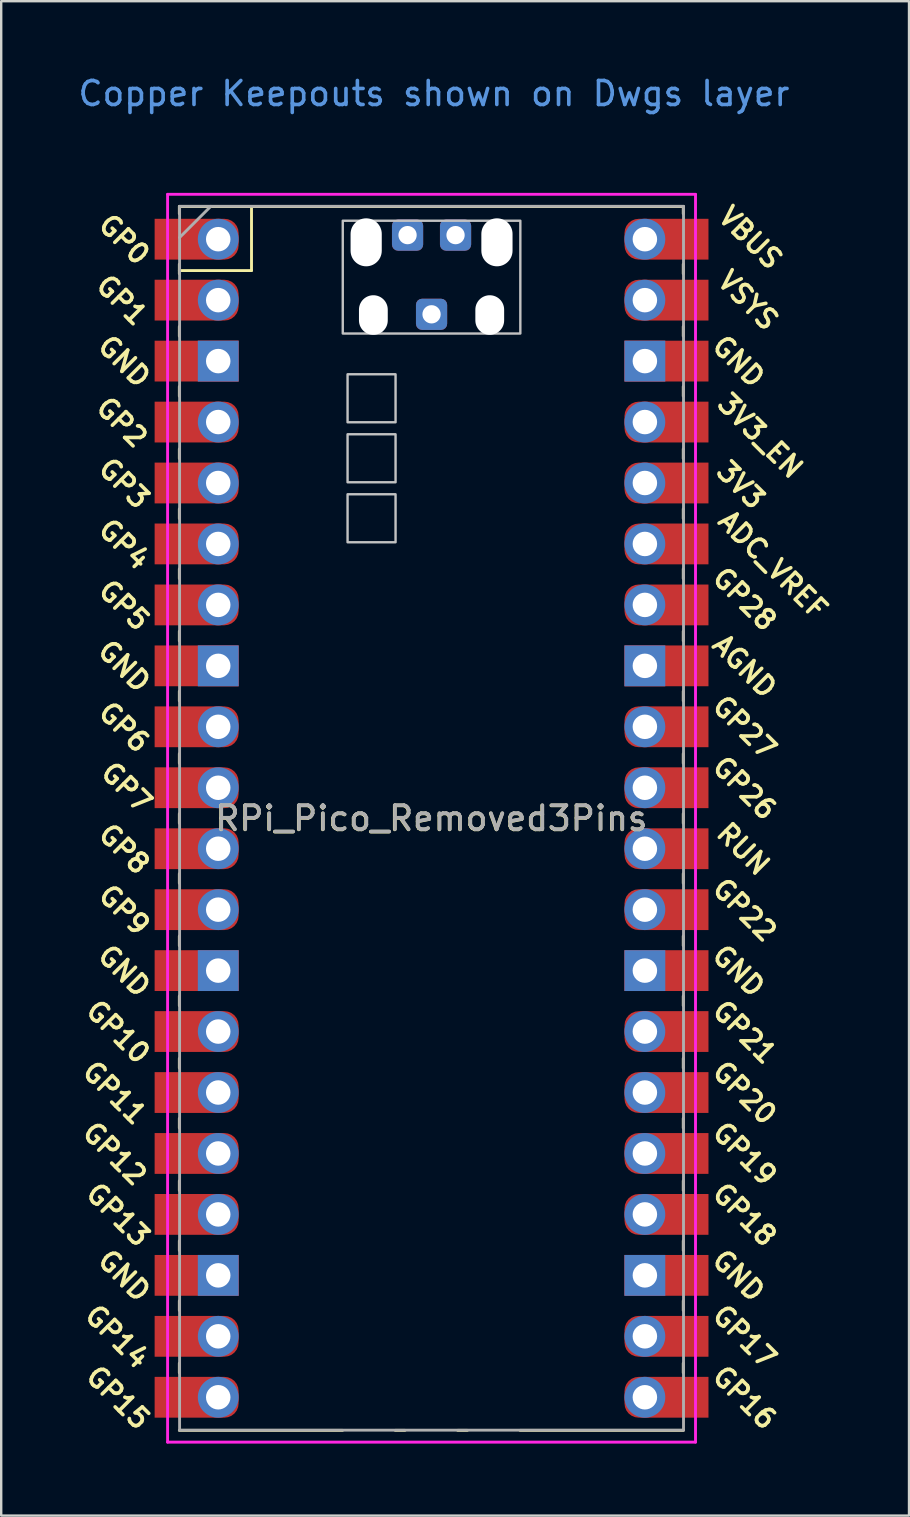
<source format=kicad_pcb>
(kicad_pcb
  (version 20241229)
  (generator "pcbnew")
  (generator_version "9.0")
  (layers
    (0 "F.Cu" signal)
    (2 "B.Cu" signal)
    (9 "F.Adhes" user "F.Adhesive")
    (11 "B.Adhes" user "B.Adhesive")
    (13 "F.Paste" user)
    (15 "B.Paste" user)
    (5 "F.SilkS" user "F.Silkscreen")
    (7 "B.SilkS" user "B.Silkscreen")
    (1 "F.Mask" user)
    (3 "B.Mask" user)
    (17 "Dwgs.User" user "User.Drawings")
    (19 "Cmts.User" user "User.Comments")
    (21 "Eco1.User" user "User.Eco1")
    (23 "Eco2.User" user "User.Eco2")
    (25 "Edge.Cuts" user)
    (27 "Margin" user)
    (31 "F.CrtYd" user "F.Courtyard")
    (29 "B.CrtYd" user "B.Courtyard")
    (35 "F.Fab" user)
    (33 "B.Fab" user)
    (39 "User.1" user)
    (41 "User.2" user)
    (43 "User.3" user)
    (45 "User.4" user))
  (footprint "RPi_Pico_Removed3Pins"
    (layer "F.Cu")
    (at 4.434 56.548)
    (property "Reference" "RPi_Pico_Removed3Pins" (at 10.49 -25.49 180) (layer "F.SilkS") (effects (font (size 1 1) (thickness 0.15))))
    (attr through_hole)
    (fp_line (start -0.01 -50.99) (end -0.01 -50.69) (stroke (width 0.12) (type solid)) (layer "F.SilkS"))
    (fp_line (start -0.01 -50.99) (end 20.99 -50.99) (stroke (width 0.12) (type solid)) (layer "F.SilkS"))
    (fp_line (start -0.01 -48.59) (end -0.01 -48.19) (stroke (width 0.12) (type solid)) (layer "F.SilkS"))
    (fp_line (start -0.01 -48.323) (end 2.997 -48.323) (stroke (width 0.12) (type solid)) (layer "F.SilkS"))
    (fp_line (start -0.01 -45.99) (end -0.01 -45.59) (stroke (width 0.12) (type solid)) (layer "F.SilkS"))
    (fp_line (start -0.01 -43.49) (end -0.01 -43.09) (stroke (width 0.12) (type solid)) (layer "F.SilkS"))
    (fp_line (start -0.01 -40.89) (end -0.01 -40.49) (stroke (width 0.12) (type solid)) (layer "F.SilkS"))
    (fp_line (start -0.01 -38.39) (end -0.01 -37.99) (stroke (width 0.12) (type solid)) (layer "F.SilkS"))
    (fp_line (start -0.01 -35.89) (end -0.01 -35.49) (stroke (width 0.12) (type solid)) (layer "F.SilkS"))
    (fp_line (start -0.01 -33.29) (end -0.01 -32.89) (stroke (width 0.12) (type solid)) (layer "F.SilkS"))
    (fp_line (start -0.01 -30.79) (end -0.01 -30.39) (stroke (width 0.12) (type solid)) (layer "F.SilkS"))
    (fp_line (start -0.01 -28.19) (end -0.01 -27.79) (stroke (width 0.12) (type solid)) (layer "F.SilkS"))
    (fp_line (start -0.01 -25.69) (end -0.01 -25.29) (stroke (width 0.12) (type solid)) (layer "F.SilkS"))
    (fp_line (start -0.01 -23.19) (end -0.01 -22.79) (stroke (width 0.12) (type solid)) (layer "F.SilkS"))
    (fp_line (start -0.01 -20.59) (end -0.01 -20.19) (stroke (width 0.12) (type solid)) (layer "F.SilkS"))
    (fp_line (start -0.01 -18.09) (end -0.01 -17.69) (stroke (width 0.12) (type solid)) (layer "F.SilkS"))
    (fp_line (start -0.01 -15.49) (end -0.01 -15.09) (stroke (width 0.12) (type solid)) (layer "F.SilkS"))
    (fp_line (start -0.01 -12.99) (end -0.01 -12.59) (stroke (width 0.12) (type solid)) (layer "F.SilkS"))
    (fp_line (start -0.01 -10.39) (end -0.01 -9.99) (stroke (width 0.12) (type solid)) (layer "F.SilkS"))
    (fp_line (start -0.01 -7.89) (end -0.01 -7.49) (stroke (width 0.12) (type solid)) (layer "F.SilkS"))
    (fp_line (start -0.01 -5.39) (end -0.01 -4.99) (stroke (width 0.12) (type solid)) (layer "F.SilkS"))
    (fp_line (start -0.01 -2.79) (end -0.01 -2.39) (stroke (width 0.12) (type solid)) (layer "F.SilkS"))
    (fp_line (start 2.997 -48.323) (end 2.997 -50.99) (stroke (width 0.12) (type solid)) (layer "F.SilkS"))
    (fp_line (start 6.79 0.01) (end -0.01 0.01) (stroke (width 0.12) (type solid)) (layer "F.SilkS"))
    (fp_line (start 8.99 0.01) (end 9.39 0.01) (stroke (width 0.12) (type solid)) (layer "F.SilkS"))
    (fp_line (start 11.59 0.01) (end 11.99 0.01) (stroke (width 0.12) (type solid)) (layer "F.SilkS"))
    (fp_line (start 20.99 -50.99) (end 20.99 -50.69) (stroke (width 0.12) (type solid)) (layer "F.SilkS"))
    (fp_line (start 20.99 -48.59) (end 20.99 -48.19) (stroke (width 0.12) (type solid)) (layer "F.SilkS"))
    (fp_line (start 20.99 -45.99) (end 20.99 -45.59) (stroke (width 0.12) (type solid)) (layer "F.SilkS"))
    (fp_line (start 20.99 -43.49) (end 20.99 -43.09) (stroke (width 0.12) (type solid)) (layer "F.SilkS"))
    (fp_line (start 20.99 -40.89) (end 20.99 -40.49) (stroke (width 0.12) (type solid)) (layer "F.SilkS"))
    (fp_line (start 20.99 -38.39) (end 20.99 -37.99) (stroke (width 0.12) (type solid)) (layer "F.SilkS"))
    (fp_line (start 20.99 -35.89) (end 20.99 -35.49) (stroke (width 0.12) (type solid)) (layer "F.SilkS"))
    (fp_line (start 20.99 -33.29) (end 20.99 -32.89) (stroke (width 0.12) (type solid)) (layer "F.SilkS"))
    (fp_line (start 20.99 -30.79) (end 20.99 -30.39) (stroke (width 0.12) (type solid)) (layer "F.SilkS"))
    (fp_line (start 20.99 -28.19) (end 20.99 -27.79) (stroke (width 0.12) (type solid)) (layer "F.SilkS"))
    (fp_line (start 20.99 -25.69) (end 20.99 -25.29) (stroke (width 0.12) (type solid)) (layer "F.SilkS"))
    (fp_line (start 20.99 -23.19) (end 20.99 -22.79) (stroke (width 0.12) (type solid)) (layer "F.SilkS"))
    (fp_line (start 20.99 -20.59) (end 20.99 -20.19) (stroke (width 0.12) (type solid)) (layer "F.SilkS"))
    (fp_line (start 20.99 -18.09) (end 20.99 -17.69) (stroke (width 0.12) (type solid)) (layer "F.SilkS"))
    (fp_line (start 20.99 -15.49) (end 20.99 -15.09) (stroke (width 0.12) (type solid)) (layer "F.SilkS"))
    (fp_line (start 20.99 -12.99) (end 20.99 -12.59) (stroke (width 0.12) (type solid)) (layer "F.SilkS"))
    (fp_line (start 20.99 -10.39) (end 20.99 -9.99) (stroke (width 0.12) (type solid)) (layer "F.SilkS"))
    (fp_line (start 20.99 -7.89) (end 20.99 -7.49) (stroke (width 0.12) (type solid)) (layer "F.SilkS"))
    (fp_line (start 20.99 -5.39) (end 20.99 -4.99) (stroke (width 0.12) (type solid)) (layer "F.SilkS"))
    (fp_line (start 20.99 -2.79) (end 20.99 -2.39) (stroke (width 0.12) (type solid)) (layer "F.SilkS"))
    (fp_line (start 20.99 0.01) (end 14.19 0.01) (stroke (width 0.12) (type solid)) (layer "F.SilkS"))
    (fp_poly (pts (xy 9 -42) (xy 7 -42) (xy 7 -44) (xy 9 -44)) (stroke (width 0.1) (type solid)) (fill no) (layer "Dwgs.User"))
    (fp_poly (pts (xy 9 -39.5) (xy 7 -39.5) (xy 7 -41.5) (xy 9 -41.5)) (stroke (width 0.1) (type solid)) (fill no) (layer "Dwgs.User"))
    (fp_poly (pts (xy 9 -37) (xy 7 -37) (xy 7 -39) (xy 9 -39)) (stroke (width 0.1) (type solid)) (fill no) (layer "Dwgs.User"))
    (fp_poly (pts (xy 14.2 -45.7) (xy 6.8 -45.7) (xy 6.8 -50.4) (xy 14.2 -50.4)) (stroke (width 0.1) (type solid)) (fill no) (layer "Dwgs.User"))
    (fp_line (start -0.5 -51.5) (end 21.5 -51.5) (stroke (width 0.12) (type solid)) (layer "F.CrtYd"))
    (fp_line (start -0.5 0.5) (end -0.5 -51.5) (stroke (width 0.12) (type solid)) (layer "F.CrtYd"))
    (fp_line (start 21.5 -51.5) (end 21.5 0.5) (stroke (width 0.12) (type solid)) (layer "F.CrtYd"))
    (fp_line (start 21.5 0.5) (end -0.5 0.5) (stroke (width 0.12) (type solid)) (layer "F.CrtYd"))
    (fp_line (start 0 -51) (end 21 -51) (stroke (width 0.12) (type solid)) (layer "F.Fab"))
    (fp_line (start 0 -49.7) (end 1.3 -51) (stroke (width 0.12) (type solid)) (layer "F.Fab"))
    (fp_line (start 0 0) (end 0 -51) (stroke (width 0.12) (type solid)) (layer "F.Fab"))
    (fp_line (start 21 -51) (end 21 0) (stroke (width 0.12) (type solid)) (layer "F.Fab"))
    (fp_line (start 21 0) (end 0 0) (stroke (width 0.12) (type solid)) (layer "F.Fab"))
    (fp_text user "GP5" (at -2.31 -34.38 315) (layer "F.SilkS") (effects (font (size 0.8 0.8) (thickness 0.15))))
    (fp_text user "GP27" (at 23.544 -29.29 315) (layer "F.SilkS") (effects (font (size 0.8 0.8) (thickness 0.15))))
    (fp_text user "GP10" (at -2.564 -16.6 315) (layer "F.SilkS") (effects (font (size 0.8 0.8) (thickness 0.15))))
    (fp_text user "GP16" (at 23.544 -1.36 315) (layer "F.SilkS") (effects (font (size 0.8 0.8) (thickness 0.15))))
    (fp_text user "GP20" (at 23.544 -14.06 315) (layer "F.SilkS") (effects (font (size 0.8 0.8) (thickness 0.15))))
    (fp_text user "GP8" (at -2.31 -24.22 315) (layer "F.SilkS") (effects (font (size 0.8 0.8) (thickness 0.15))))
    (fp_text user "3V3" (at 23.39 -39.39 315) (layer "F.SilkS") (effects (font (size 0.8 0.8) (thickness 0.15))))
    (fp_text user "GP19" (at 23.544 -11.52 315) (layer "F.SilkS") (effects (font (size 0.8 0.8) (thickness 0.15))))
    (fp_text user "GP18" (at 23.544 -8.98 315) (layer "F.SilkS") (effects (font (size 0.8 0.8) (thickness 0.15))))
    (fp_text user "GP28" (at 23.544 -34.634 315) (layer "F.SilkS") (effects (font (size 0.8 0.8) (thickness 0.15))))
    (fp_text user "GP6" (at -2.31 -29.3 315) (layer "F.SilkS") (effects (font (size 0.8 0.8) (thickness 0.15))))
    (fp_text user "GND" (at -2.31 -19.14 315) (layer "F.SilkS") (effects (font (size 0.8 0.8) (thickness 0.15))))
    (fp_text user "GP7" (at -2.21 -26.79 315) (layer "F.SilkS") (effects (font (size 0.8 0.8) (thickness 0.15))))
    (fp_text user "GP14" (at -2.61 -3.9 315) (layer "F.SilkS") (effects (font (size 0.8 0.8) (thickness 0.15))))
    (fp_text user "VSYS" (at 23.69 -47.08 315) (layer "F.SilkS") (effects (font (size 0.8 0.8) (thickness 0.15))))
    (fp_text user "GP12" (at -2.71 -11.52 315) (layer "F.SilkS") (effects (font (size 0.8 0.8) (thickness 0.15))))
    (fp_text user "RUN" (at 23.49 -24.22 315) (layer "F.SilkS") (effects (font (size 0.8 0.8) (thickness 0.15))))
    (fp_text user "GP11" (at -2.71 -14.06 315) (layer "F.SilkS") (effects (font (size 0.8 0.8) (thickness 0.15))))
    (fp_text user "GP9" (at -2.31 -21.68 315) (layer "F.SilkS") (effects (font (size 0.8 0.8) (thickness 0.15))))
    (fp_text user "VBUS" (at 23.79 -49.69 315) (layer "F.SilkS") (effects (font (size 0.8 0.8) (thickness 0.15))))
    (fp_text user "GP26" (at 23.544 -26.76 315) (layer "F.SilkS") (effects (font (size 0.8 0.8) (thickness 0.15))))
    (fp_text user "GP4" (at -2.31 -36.92 315) (layer "F.SilkS") (effects (font (size 0.8 0.8) (thickness 0.15))))
    (fp_text user "GND" (at -2.31 -31.84 315) (layer "F.SilkS") (effects (font (size 0.8 0.8) (thickness 0.15))))
    (fp_text user "GP15" (at -2.564 -1.36 315) (layer "F.SilkS") (effects (font (size 0.8 0.8) (thickness 0.15))))
    (fp_text user "GND" (at 23.29 -6.44 315) (layer "F.SilkS") (effects (font (size 0.8 0.8) (thickness 0.15))))
    (fp_text user "GP21" (at 23.544 -16.59 315) (layer "F.SilkS") (effects (font (size 0.8 0.8) (thickness 0.15))))
    (fp_text user "GP0" (at -2.31 -49.62 315) (layer "F.SilkS") (effects (font (size 0.8 0.8) (thickness 0.15))))
    (fp_text user "GND" (at 23.29 -44.54 315) (layer "F.SilkS") (effects (font (size 0.8 0.8) (thickness 0.15))))
    (fp_text user "ADC_VREF" (at 24.73 -36.06 315) (layer "F.SilkS") (effects (font (size 0.8 0.8) (thickness 0.15))))
    (fp_text user "GP1" (at -2.41 -47.09 315) (layer "F.SilkS") (effects (font (size 0.8 0.8) (thickness 0.15))))
    (fp_text user "GP2" (at -2.41 -42 315) (layer "F.SilkS") (effects (font (size 0.8 0.8) (thickness 0.15))))
    (fp_text user "GP13" (at -2.564 -8.98 315) (layer "F.SilkS") (effects (font (size 0.8 0.8) (thickness 0.15))))
    (fp_text user "GP22" (at 23.544 -21.68 315) (layer "F.SilkS") (effects (font (size 0.8 0.8) (thickness 0.15))))
    (fp_text user "GP17" (at 23.544 -3.9 315) (layer "F.SilkS") (effects (font (size 0.8 0.8) (thickness 0.15))))
    (fp_text user "AGND" (at 23.544 -31.84 315) (layer "F.SilkS") (effects (font (size 0.8 0.8) (thickness 0.15))))
    (fp_text user "GND" (at 23.29 -19.14 315) (layer "F.SilkS") (effects (font (size 0.8 0.8) (thickness 0.15))))
    (fp_text user "3V3_EN" (at 24.2 -41.44 315) (layer "F.SilkS") (effects (font (size 0.8 0.8) (thickness 0.15))))
    (fp_text user "GND" (at -2.31 -6.44 315) (layer "F.SilkS") (effects (font (size 0.8 0.8) (thickness 0.15))))
    (fp_text user "GP3" (at -2.31 -39.46 315) (layer "F.SilkS") (effects (font (size 0.8 0.8) (thickness 0.15))))
    (fp_text user "GND" (at -2.31 -44.54 315) (layer "F.SilkS") (effects (font (size 0.8 0.8) (thickness 0.15))))
    (fp_text user "Copper Keepouts shown on Dwgs layer" (at 10.6 -55.7 180) (layer "Cmts.User") (effects (font (size 1 1) (thickness 0.15))))
    (fp_text user "${REFERENCE}" (at 10.5 -25.5 180) (layer "F.Fab") (effects (font (size 1 1) (thickness 0.15))))
    (pad "" np_thru_hole oval (at 7.775 -49.5) (size 1.3 2) (drill oval 1.3 2) (layers "*.Cu" "*.Mask"))
    (pad "" np_thru_hole oval (at 8.075 -46.47) (size 1.2 1.65) (drill oval 1.2 1.65) (layers "*.Cu" "*.Mask"))
    (pad "" np_thru_hole oval (at 12.925 -46.47) (size 1.2 1.65) (drill oval 1.2 1.65) (layers "*.Cu" "*.Mask"))
    (pad "" np_thru_hole oval (at 13.225 -49.5) (size 1.3 2) (drill oval 1.3 2) (layers "*.Cu" "*.Mask"))
    (pad "1" thru_hole oval (at 1.61 -49.63) (size 1.7 1.7) (drill 1.02) (layers "*.Cu" "*.Mask"))
    (pad "1" smd roundrect (at 1.61 -49.63) (size 3.5 1.7) (drill (offset -0.9 0)) (layers "F.Cu" "F.Mask") (roundrect_rratio 0.35) (chamfer_ratio 0) (chamfer top_left bottom_left))
    (pad "2" thru_hole oval (at 1.61 -47.09) (size 1.7 1.7) (drill 1.02) (layers "*.Cu" "*.Mask"))
    (pad "2" smd roundrect (at 1.61 -47.09) (size 3.5 1.7) (drill (offset -0.9 0)) (layers "F.Cu" "F.Mask") (roundrect_rratio 0.35) (chamfer_ratio 0) (chamfer top_left bottom_left))
    (pad "3" thru_hole rect (at 1.61 -44.55) (size 1.7 1.7) (drill 1.02) (layers "*.Cu" "*.Mask"))
    (pad "3" smd rect (at 1.61 -44.55) (size 3.5 1.7) (drill (offset -0.9 0)) (layers "F.Cu" "F.Mask"))
    (pad "4" thru_hole oval (at 1.61 -42.01) (size 1.7 1.7) (drill 1.02) (layers "*.Cu" "*.Mask"))
    (pad "4" smd roundrect (at 1.61 -42.01) (size 3.5 1.7) (drill (offset -0.9 0)) (layers "F.Cu" "F.Mask") (roundrect_rratio 0.35) (chamfer_ratio 0) (chamfer top_left bottom_left))
    (pad "5" thru_hole oval (at 1.61 -39.47) (size 1.7 1.7) (drill 1.02) (layers "*.Cu" "*.Mask"))
    (pad "5" smd roundrect (at 1.61 -39.47) (size 3.5 1.7) (drill (offset -0.9 0)) (layers "F.Cu" "F.Mask") (roundrect_rratio 0.35) (chamfer_ratio 0) (chamfer top_left bottom_left))
    (pad "6" thru_hole oval (at 1.61 -36.93) (size 1.7 1.7) (drill 1.02) (layers "*.Cu" "*.Mask"))
    (pad "6" smd roundrect (at 1.61 -36.93) (size 3.5 1.7) (drill (offset -0.9 0)) (layers "F.Cu" "F.Mask") (roundrect_rratio 0.35) (chamfer_ratio 0) (chamfer top_left bottom_left))
    (pad "7" thru_hole oval (at 1.61 -34.39) (size 1.7 1.7) (drill 1.02) (layers "*.Cu" "*.Mask"))
    (pad "7" smd roundrect (at 1.61 -34.39) (size 3.5 1.7) (drill (offset -0.9 0)) (layers "F.Cu" "F.Mask") (roundrect_rratio 0.35) (chamfer_ratio 0) (chamfer top_left bottom_left))
    (pad "8" thru_hole rect (at 1.61 -31.85) (size 1.7 1.7) (drill 1.02) (layers "*.Cu" "*.Mask"))
    (pad "8" smd rect (at 1.61 -31.85) (size 3.5 1.7) (drill (offset -0.9 0)) (layers "F.Cu" "F.Mask"))
    (pad "9" thru_hole oval (at 1.61 -29.31) (size 1.7 1.7) (drill 1.02) (layers "*.Cu" "*.Mask"))
    (pad "9" smd roundrect (at 1.61 -29.31) (size 3.5 1.7) (drill (offset -0.9 0)) (layers "F.Cu" "F.Mask") (roundrect_rratio 0.35) (chamfer_ratio 0) (chamfer top_left bottom_left))
    (pad "10" thru_hole oval (at 1.61 -26.77) (size 1.7 1.7) (drill 1.02) (layers "*.Cu" "*.Mask"))
    (pad "10" smd roundrect (at 1.61 -26.77) (size 3.5 1.7) (drill (offset -0.9 0)) (layers "F.Cu" "F.Mask") (roundrect_rratio 0.35) (chamfer_ratio 0) (chamfer top_left bottom_left))
    (pad "11" thru_hole oval (at 1.61 -24.23) (size 1.7 1.7) (drill 1.02) (layers "*.Cu" "*.Mask"))
    (pad "11" smd roundrect (at 1.61 -24.23) (size 3.5 1.7) (drill (offset -0.9 0)) (layers "F.Cu" "F.Mask") (roundrect_rratio 0.35) (chamfer_ratio 0) (chamfer top_left bottom_left))
    (pad "12" thru_hole oval (at 1.61 -21.69) (size 1.7 1.7) (drill 1.02) (layers "*.Cu" "*.Mask"))
    (pad "12" smd roundrect (at 1.61 -21.69) (size 3.5 1.7) (drill (offset -0.9 0)) (layers "F.Cu" "F.Mask") (roundrect_rratio 0.35) (chamfer_ratio 0) (chamfer top_left bottom_left))
    (pad "13" thru_hole rect (at 1.61 -19.15) (size 1.7 1.7) (drill 1.02) (layers "*.Cu" "*.Mask"))
    (pad "13" smd rect (at 1.61 -19.15) (size 3.5 1.7) (drill (offset -0.9 0)) (layers "F.Cu" "F.Mask"))
    (pad "14" thru_hole oval (at 1.61 -16.61) (size 1.7 1.7) (drill 1.02) (layers "*.Cu" "*.Mask"))
    (pad "14" smd roundrect (at 1.61 -16.61) (size 3.5 1.7) (drill (offset -0.9 0)) (layers "F.Cu" "F.Mask") (roundrect_rratio 0.35) (chamfer_ratio 0) (chamfer top_left bottom_left))
    (pad "15" thru_hole oval (at 1.61 -14.07) (size 1.7 1.7) (drill 1.02) (layers "*.Cu" "*.Mask"))
    (pad "15" smd roundrect (at 1.61 -14.07) (size 3.5 1.7) (drill (offset -0.9 0)) (layers "F.Cu" "F.Mask") (roundrect_rratio 0.35) (chamfer_ratio 0) (chamfer top_left bottom_left))
    (pad "16" thru_hole oval (at 1.61 -11.53) (size 1.7 1.7) (drill 1.02) (layers "*.Cu" "*.Mask"))
    (pad "16" smd roundrect (at 1.61 -11.53) (size 3.5 1.7) (drill (offset -0.9 0)) (layers "F.Cu" "F.Mask") (roundrect_rratio 0.35) (chamfer_ratio 0) (chamfer top_left bottom_left))
    (pad "17" thru_hole oval (at 1.61 -8.99) (size 1.7 1.7) (drill 1.02) (layers "*.Cu" "*.Mask"))
    (pad "17" smd roundrect (at 1.61 -8.99) (size 3.5 1.7) (drill (offset -0.9 0)) (layers "F.Cu" "F.Mask") (roundrect_rratio 0.35) (chamfer_ratio 0) (chamfer top_left bottom_left))
    (pad "18" thru_hole rect (at 1.61 -6.45) (size 1.7 1.7) (drill 1.02) (layers "*.Cu" "*.Mask"))
    (pad "18" smd rect (at 1.61 -6.45) (size 3.5 1.7) (drill (offset -0.9 0)) (layers "F.Cu" "F.Mask"))
    (pad "19" thru_hole oval (at 1.61 -3.91) (size 1.7 1.7) (drill 1.02) (layers "*.Cu" "*.Mask"))
    (pad "19" smd roundrect (at 1.61 -3.91) (size 3.5 1.7) (drill (offset -0.9 0)) (layers "F.Cu" "F.Mask") (roundrect_rratio 0.35) (chamfer_ratio 0) (chamfer top_left bottom_left))
    (pad "20" thru_hole oval (at 1.61 -1.37) (size 1.7 1.7) (drill 1.02) (layers "*.Cu" "*.Mask"))
    (pad "20" smd roundrect (at 1.61 -1.37) (size 3.5 1.7) (drill (offset -0.9 0)) (layers "F.Cu" "F.Mask") (roundrect_rratio 0.35) (chamfer_ratio 0) (chamfer top_left bottom_left))
    (pad "21" thru_hole oval (at 19.39 -1.37) (size 1.7 1.7) (drill 1.02) (layers "*.Cu" "*.Mask"))
    (pad "21" smd roundrect (at 19.39 -1.37) (size 3.5 1.7) (drill (offset 0.9 0)) (layers "F.Cu" "F.Mask") (roundrect_rratio 0.35) (chamfer_ratio 0) (chamfer top_right bottom_right))
    (pad "22" thru_hole oval (at 19.39 -3.91) (size 1.7 1.7) (drill 1.02) (layers "*.Cu" "*.Mask"))
    (pad "22" smd roundrect (at 19.39 -3.91) (size 3.5 1.7) (drill (offset 0.9 0)) (layers "F.Cu" "F.Mask") (roundrect_rratio 0.35) (chamfer_ratio 0) (chamfer top_right bottom_right))
    (pad "23" thru_hole rect (at 19.39 -6.45) (size 1.7 1.7) (drill 1.02) (layers "*.Cu" "*.Mask"))
    (pad "23" smd rect (at 19.39 -6.45) (size 3.5 1.7) (drill (offset 0.9 0)) (layers "F.Cu" "F.Mask"))
    (pad "24" thru_hole oval (at 19.39 -8.99) (size 1.7 1.7) (drill 1.02) (layers "*.Cu" "*.Mask"))
    (pad "24" smd roundrect (at 19.39 -8.99) (size 3.5 1.7) (drill (offset 0.9 0)) (layers "F.Cu" "F.Mask") (roundrect_rratio 0.35) (chamfer_ratio 0) (chamfer top_right bottom_right))
    (pad "25" thru_hole oval (at 19.39 -11.53) (size 1.7 1.7) (drill 1.02) (layers "*.Cu" "*.Mask"))
    (pad "25" smd roundrect (at 19.39 -11.53) (size 3.5 1.7) (drill (offset 0.9 0)) (layers "F.Cu" "F.Mask") (roundrect_rratio 0.35) (chamfer_ratio 0) (chamfer top_right bottom_right))
    (pad "26" thru_hole oval (at 19.39 -14.07) (size 1.7 1.7) (drill 1.02) (layers "*.Cu" "*.Mask"))
    (pad "26" smd roundrect (at 19.39 -14.07) (size 3.5 1.7) (drill (offset 0.9 0)) (layers "F.Cu" "F.Mask") (roundrect_rratio 0.35) (chamfer_ratio 0) (chamfer top_right bottom_right))
    (pad "27" thru_hole oval (at 19.39 -16.61) (size 1.7 1.7) (drill 1.02) (layers "*.Cu" "*.Mask"))
    (pad "27" smd roundrect (at 19.39 -16.61) (size 3.5 1.7) (drill (offset 0.9 0)) (layers "F.Cu" "F.Mask") (roundrect_rratio 0.35) (chamfer_ratio 0) (chamfer top_right bottom_right))
    (pad "28" thru_hole rect (at 19.39 -19.15) (size 1.7 1.7) (drill 1.02) (layers "*.Cu" "*.Mask"))
    (pad "28" smd rect (at 19.39 -19.15) (size 3.5 1.7) (drill (offset 0.9 0)) (layers "F.Cu" "F.Mask"))
    (pad "29" thru_hole oval (at 19.39 -21.69) (size 1.7 1.7) (drill 1.02) (layers "*.Cu" "*.Mask"))
    (pad "29" smd roundrect (at 19.39 -21.69) (size 3.5 1.7) (drill (offset 0.9 0)) (layers "F.Cu" "F.Mask") (roundrect_rratio 0.35) (chamfer_ratio 0) (chamfer top_right bottom_right))
    (pad "30" thru_hole oval (at 19.39 -24.23) (size 1.7 1.7) (drill 1.02) (layers "*.Cu" "*.Mask"))
    (pad "30" smd roundrect (at 19.39 -24.23) (size 3.5 1.7) (drill (offset 0.9 0)) (layers "F.Cu" "F.Mask") (roundrect_rratio 0.35) (chamfer_ratio 0) (chamfer top_right bottom_right))
    (pad "31" thru_hole oval (at 19.39 -26.77) (size 1.7 1.7) (drill 1.02) (layers "*.Cu" "*.Mask"))
    (pad "31" smd roundrect (at 19.39 -26.77) (size 3.5 1.7) (drill (offset 0.9 0)) (layers "F.Cu" "F.Mask") (roundrect_rratio 0.35) (chamfer_ratio 0) (chamfer top_right bottom_right))
    (pad "32" thru_hole oval (at 19.39 -29.31) (size 1.7 1.7) (drill 1.02) (layers "*.Cu" "*.Mask"))
    (pad "32" smd roundrect (at 19.39 -29.31) (size 3.5 1.7) (drill (offset 0.9 0)) (layers "F.Cu" "F.Mask") (roundrect_rratio 0.35) (chamfer_ratio 0) (chamfer top_right bottom_right))
    (pad "33" thru_hole rect (at 19.39 -31.85) (size 1.7 1.7) (drill 1.02) (layers "*.Cu" "*.Mask"))
    (pad "33" smd rect (at 19.39 -31.85) (size 3.5 1.7) (drill (offset 0.9 0)) (layers "F.Cu" "F.Mask"))
    (pad "34" thru_hole oval (at 19.39 -34.39) (size 1.7 1.7) (drill 1.02) (layers "*.Cu" "*.Mask"))
    (pad "34" smd roundrect (at 19.39 -34.39) (size 3.5 1.7) (drill (offset 0.9 0)) (layers "F.Cu" "F.Mask") (roundrect_rratio 0.35) (chamfer_ratio 0) (chamfer top_right bottom_right))
    (pad "35" thru_hole oval (at 19.39 -36.93) (size 1.7 1.7) (drill 1.02) (layers "*.Cu" "*.Mask"))
    (pad "35" smd roundrect (at 19.39 -36.93) (size 3.5 1.7) (drill (offset 0.9 0)) (layers "F.Cu" "F.Mask") (roundrect_rratio 0.35) (chamfer_ratio 0) (chamfer top_right bottom_right))
    (pad "36" thru_hole oval (at 19.39 -39.47) (size 1.7 1.7) (drill 1.02) (layers "*.Cu" "*.Mask"))
    (pad "36" smd roundrect (at 19.39 -39.47) (size 3.5 1.7) (drill (offset 0.9 0)) (layers "F.Cu" "F.Mask") (roundrect_rratio 0.35) (chamfer_ratio 0) (chamfer top_right bottom_right))
    (pad "37" thru_hole oval (at 19.39 -42.01) (size 1.7 1.7) (drill 1.02) (layers "*.Cu" "*.Mask"))
    (pad "37" smd roundrect (at 19.39 -42.01) (size 3.5 1.7) (drill (offset 0.9 0)) (layers "F.Cu" "F.Mask") (roundrect_rratio 0.35) (chamfer_ratio 0) (chamfer top_right bottom_right))
    (pad "38" thru_hole rect (at 19.39 -44.55) (size 1.7 1.7) (drill 1.02) (layers "*.Cu" "*.Mask"))
    (pad "38" smd rect (at 19.39 -44.55) (size 3.5 1.7) (drill (offset 0.9 0)) (layers "F.Cu" "F.Mask"))
    (pad "39" thru_hole oval (at 19.39 -47.09) (size 1.7 1.7) (drill 1.02) (layers "*.Cu" "*.Mask"))
    (pad "39" smd roundrect (at 19.39 -47.09) (size 3.5 1.7) (drill (offset 0.9 0)) (layers "F.Cu" "F.Mask") (roundrect_rratio 0.35) (chamfer_ratio 0) (chamfer top_right bottom_right))
    (pad "40" thru_hole oval (at 19.39 -49.63) (size 1.7 1.7) (drill 1.02) (layers "*.Cu" "*.Mask"))
    (pad "40" smd roundrect (at 19.39 -49.63) (size 3.5 1.7) (drill (offset 0.9 0)) (layers "F.Cu" "F.Mask") (roundrect_rratio 0.35) (chamfer_ratio 0) (chamfer top_right bottom_right))
    (pad "44" thru_hole roundrect (at 9.5 -49.8) (size 1.3 1.3) (drill 0.762) (layers "*.Cu" "*.Mask") (roundrect_rratio 0.197))
    (pad "45" thru_hole roundrect (at 11.5 -49.8) (size 1.3 1.3) (drill 0.762) (layers "*.Cu" "*.Mask") (roundrect_rratio 0.197))
    (pad "46" thru_hole roundrect (at 10.5 -46.5) (size 1.3 1.3) (drill 0.762) (layers "*.Cu" "*.Mask") (roundrect_rratio 0.197)))
  (gr_rect
    (start -3 -3)
    (end 34.831 60.108)
    (stroke (width 0.1) (type default))
    (fill no)
    (layer "Edge.Cuts")))
</source>
